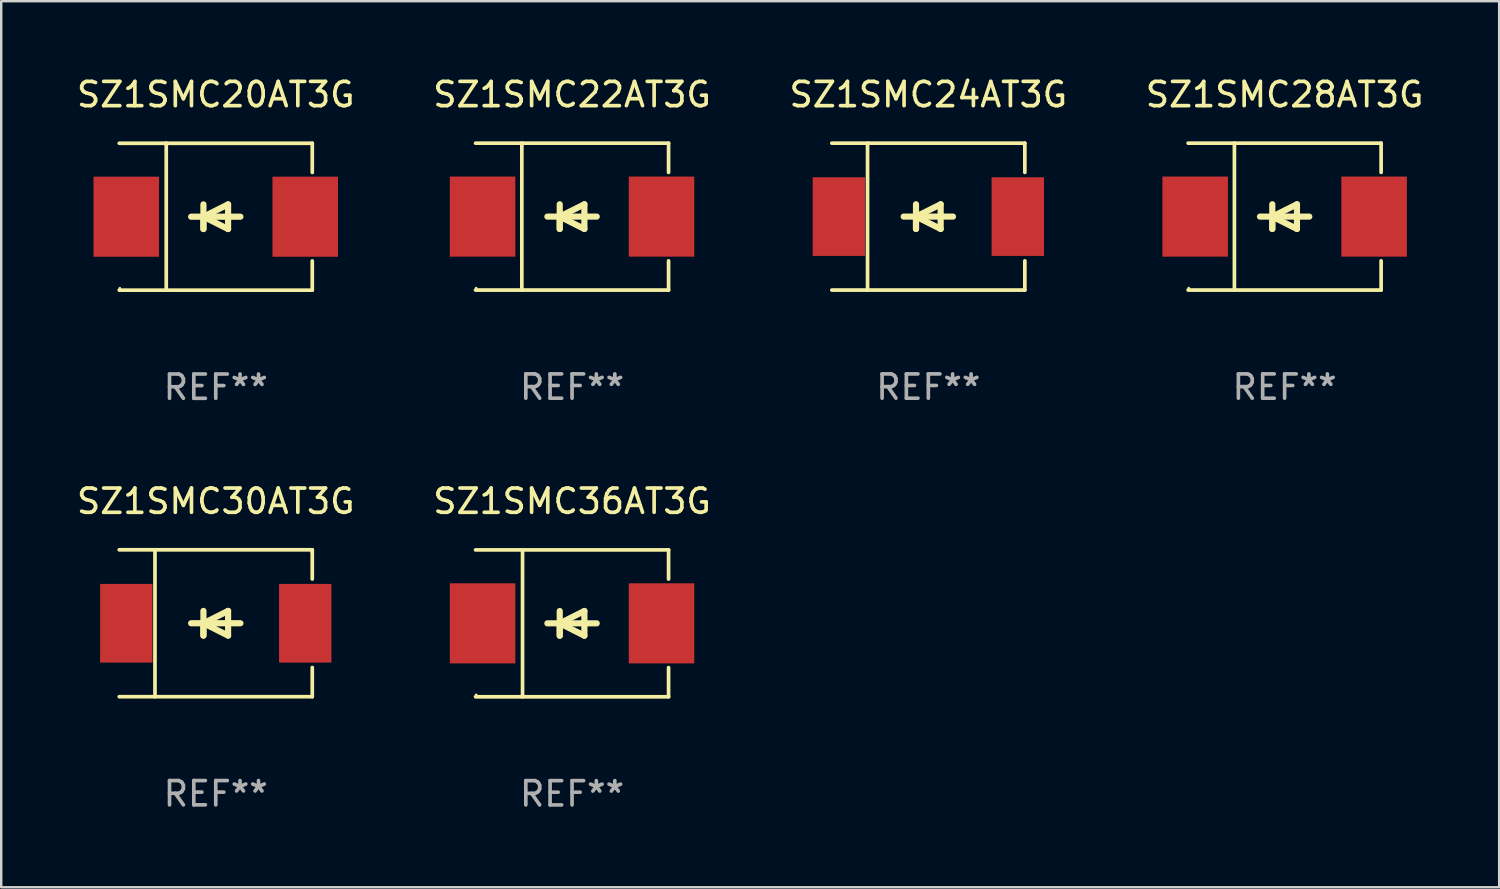
<source format=kicad_pcb>
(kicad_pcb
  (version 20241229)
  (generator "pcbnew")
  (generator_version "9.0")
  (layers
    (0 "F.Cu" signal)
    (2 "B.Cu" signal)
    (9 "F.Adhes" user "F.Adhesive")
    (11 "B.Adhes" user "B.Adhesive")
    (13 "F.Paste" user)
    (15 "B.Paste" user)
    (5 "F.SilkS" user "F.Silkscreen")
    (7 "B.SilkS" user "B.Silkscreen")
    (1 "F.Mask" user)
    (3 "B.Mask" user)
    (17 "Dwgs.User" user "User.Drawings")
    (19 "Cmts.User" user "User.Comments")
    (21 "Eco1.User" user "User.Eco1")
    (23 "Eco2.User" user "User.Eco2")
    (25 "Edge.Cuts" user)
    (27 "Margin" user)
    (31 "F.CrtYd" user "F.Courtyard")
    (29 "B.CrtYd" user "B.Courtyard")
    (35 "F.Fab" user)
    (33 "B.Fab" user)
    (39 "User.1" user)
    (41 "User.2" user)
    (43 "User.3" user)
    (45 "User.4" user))
  (footprint "SZ1SMC20AT3G"
    (layer "F.Cu")
    (at 5.839 5.876)
    (property "Reference" "SZ1SMC20AT3G" (at 0 -5.028 0) (layer "F.SilkS") (effects (font (size 1 1) (thickness 0.15))))
    (attr through_hole)
    (fp_line (start -3.976 -3.024) (end 3.976 -3.024) (stroke (width 0.152) (type solid)) (layer "F.SilkS"))
    (fp_line (start -3.976 3.028) (end 3.976 3.028) (stroke (width 0.152) (type solid)) (layer "F.SilkS"))
    (fp_line (start -2.04 -3.028) (end -2.04 3.024) (stroke (width 0.152) (type solid)) (layer "F.SilkS"))
    (fp_line (start -0.508 0.002) (end -0.508 0.51) (stroke (width 0.254) (type solid)) (layer "F.SilkS"))
    (fp_line (start -0.508 0.002) (end 0.508 0.51) (stroke (width 0.254) (type solid)) (layer "F.SilkS"))
    (fp_line (start -0.508 0.51) (end -0.508 -0.506) (stroke (width 0.254) (type solid)) (layer "F.SilkS"))
    (fp_line (start 0.508 -0.506) (end -0.508 0.002) (stroke (width 0.254) (type solid)) (layer "F.SilkS"))
    (fp_line (start 0.508 0.51) (end 0.508 -0.506) (stroke (width 0.254) (type solid)) (layer "F.SilkS"))
    (fp_line (start 1.016 0.002) (end -1.016 0.002) (stroke (width 0.254) (type solid)) (layer "F.SilkS"))
    (fp_line (start 3.976 -3.024) (end 3.976 -1.821) (stroke (width 0.152) (type solid)) (layer "F.SilkS"))
    (fp_line (start 3.976 3.028) (end 3.976 1.825) (stroke (width 0.152) (type solid)) (layer "F.SilkS"))
    (fp_circle (center -3.95 2.953) (end -3.92 2.953) (stroke (width 0.06) (type solid)) (fill no) (layer "F.SilkS"))
    (fp_text user "REF**" (at 0 7.028 0) (layer "F.Fab") (effects (font (size 1 1) (thickness 0.15))))
    (pad "1" smd rect (at -3.686 0.002) (size 2.7 3.3) (layers "F.Cu" "F.Mask" "F.Paste"))
    (pad "2" smd rect (at 3.686 0.002) (size 2.7 3.3) (layers "F.Cu" "F.Mask" "F.Paste")))
  (footprint "SZ1SMC36AT3G"
    (layer "F.Cu")
    (at 20.518 22.629)
    (property "Reference" "SZ1SMC36AT3G" (at 0 -5.028 0) (layer "F.SilkS") (effects (font (size 1 1) (thickness 0.15))))
    (attr through_hole)
    (fp_line (start -3.976 -3.024) (end 3.976 -3.024) (stroke (width 0.152) (type solid)) (layer "F.SilkS"))
    (fp_line (start -3.976 3.028) (end 3.976 3.028) (stroke (width 0.152) (type solid)) (layer "F.SilkS"))
    (fp_line (start -2.04 -3.028) (end -2.04 3.024) (stroke (width 0.152) (type solid)) (layer "F.SilkS"))
    (fp_line (start -0.508 0.002) (end -0.508 0.51) (stroke (width 0.254) (type solid)) (layer "F.SilkS"))
    (fp_line (start -0.508 0.002) (end 0.508 0.51) (stroke (width 0.254) (type solid)) (layer "F.SilkS"))
    (fp_line (start -0.508 0.51) (end -0.508 -0.506) (stroke (width 0.254) (type solid)) (layer "F.SilkS"))
    (fp_line (start 0.508 -0.506) (end -0.508 0.002) (stroke (width 0.254) (type solid)) (layer "F.SilkS"))
    (fp_line (start 0.508 0.51) (end 0.508 -0.506) (stroke (width 0.254) (type solid)) (layer "F.SilkS"))
    (fp_line (start 1.016 0.002) (end -1.016 0.002) (stroke (width 0.254) (type solid)) (layer "F.SilkS"))
    (fp_line (start 3.976 -3.024) (end 3.976 -1.821) (stroke (width 0.152) (type solid)) (layer "F.SilkS"))
    (fp_line (start 3.976 3.028) (end 3.976 1.825) (stroke (width 0.152) (type solid)) (layer "F.SilkS"))
    (fp_circle (center -3.95 2.953) (end -3.92 2.953) (stroke (width 0.06) (type solid)) (fill no) (layer "F.SilkS"))
    (fp_text user "REF**" (at 0 7.028 0) (layer "F.Fab") (effects (font (size 1 1) (thickness 0.15))))
    (pad "1" smd rect (at -3.686 0.002) (size 2.7 3.3) (layers "F.Cu" "F.Mask" "F.Paste"))
    (pad "2" smd rect (at 3.686 0.002) (size 2.7 3.3) (layers "F.Cu" "F.Mask" "F.Paste")))
  (footprint "SZ1SMC22AT3G"
    (layer "F.Cu")
    (at 20.518 5.874)
    (property "Reference" "SZ1SMC22AT3G" (at 0 -5.026 0) (layer "F.SilkS") (effects (font (size 1 1) (thickness 0.15))))
    (attr through_hole)
    (fp_line (start -3.976 -3.026) (end 3.976 -3.026) (stroke (width 0.152) (type solid)) (layer "F.SilkS"))
    (fp_line (start -3.976 3.026) (end 3.976 3.026) (stroke (width 0.152) (type solid)) (layer "F.SilkS"))
    (fp_line (start -2.069 -3.026) (end -2.069 3.026) (stroke (width 0.152) (type solid)) (layer "F.SilkS"))
    (fp_line (start -0.508 0) (end -0.508 0.508) (stroke (width 0.254) (type solid)) (layer "F.SilkS"))
    (fp_line (start -0.508 0) (end 0.508 0.508) (stroke (width 0.254) (type solid)) (layer "F.SilkS"))
    (fp_line (start -0.508 0.508) (end -0.508 -0.508) (stroke (width 0.254) (type solid)) (layer "F.SilkS"))
    (fp_line (start 0.508 -0.508) (end -0.508 0) (stroke (width 0.254) (type solid)) (layer "F.SilkS"))
    (fp_line (start 0.508 0.508) (end 0.508 -0.508) (stroke (width 0.254) (type solid)) (layer "F.SilkS"))
    (fp_line (start 1.016 0) (end -1.016 0) (stroke (width 0.254) (type solid)) (layer "F.SilkS"))
    (fp_line (start 3.976 -3.026) (end 3.976 -1.823) (stroke (width 0.152) (type solid)) (layer "F.SilkS"))
    (fp_line (start 3.976 3.026) (end 3.976 1.823) (stroke (width 0.152) (type solid)) (layer "F.SilkS"))
    (fp_circle (center -3.95 2.95) (end -3.92 2.95) (stroke (width 0.06) (type solid)) (fill no) (layer "F.SilkS"))
    (fp_text user "REF**" (at 0 7.026 0) (layer "F.Fab") (effects (font (size 1 1) (thickness 0.15))))
    (pad "1" smd rect (at -3.686 0) (size 2.7 3.3) (layers "F.Cu" "F.Mask" "F.Paste"))
    (pad "2" smd rect (at 3.686 0) (size 2.7 3.3) (layers "F.Cu" "F.Mask" "F.Paste")))
  (footprint "SZ1SMC28AT3G"
    (layer "F.Cu")
    (at 49.875 5.874)
    (property "Reference" "SZ1SMC28AT3G" (at 0 -5.026 0) (layer "F.SilkS") (effects (font (size 1 1) (thickness 0.15))))
    (attr through_hole)
    (fp_line (start -3.976 -3.026) (end 3.976 -3.026) (stroke (width 0.152) (type solid)) (layer "F.SilkS"))
    (fp_line (start -3.976 3.026) (end 3.976 3.026) (stroke (width 0.152) (type solid)) (layer "F.SilkS"))
    (fp_line (start -2.069 -3.026) (end -2.069 3.026) (stroke (width 0.152) (type solid)) (layer "F.SilkS"))
    (fp_line (start -0.508 0) (end -0.508 0.508) (stroke (width 0.254) (type solid)) (layer "F.SilkS"))
    (fp_line (start -0.508 0) (end 0.508 0.508) (stroke (width 0.254) (type solid)) (layer "F.SilkS"))
    (fp_line (start -0.508 0.508) (end -0.508 -0.508) (stroke (width 0.254) (type solid)) (layer "F.SilkS"))
    (fp_line (start 0.508 -0.508) (end -0.508 0) (stroke (width 0.254) (type solid)) (layer "F.SilkS"))
    (fp_line (start 0.508 0.508) (end 0.508 -0.508) (stroke (width 0.254) (type solid)) (layer "F.SilkS"))
    (fp_line (start 1.016 0) (end -1.016 0) (stroke (width 0.254) (type solid)) (layer "F.SilkS"))
    (fp_line (start 3.976 -3.026) (end 3.976 -1.823) (stroke (width 0.152) (type solid)) (layer "F.SilkS"))
    (fp_line (start 3.976 3.026) (end 3.976 1.823) (stroke (width 0.152) (type solid)) (layer "F.SilkS"))
    (fp_circle (center -3.95 2.95) (end -3.92 2.95) (stroke (width 0.06) (type solid)) (fill no) (layer "F.SilkS"))
    (fp_text user "REF**" (at 0 7.026 0) (layer "F.Fab") (effects (font (size 1 1) (thickness 0.15))))
    (pad "1" smd rect (at -3.686 0) (size 2.7 3.3) (layers "F.Cu" "F.Mask" "F.Paste"))
    (pad "2" smd rect (at 3.686 0) (size 2.7 3.3) (layers "F.Cu" "F.Mask" "F.Paste")))
  (footprint "SZ1SMC30AT3G"
    (layer "F.Cu")
    (at 5.839 22.627)
    (property "Reference" "SZ1SMC30AT3G" (at 0 -5.026 0) (layer "F.SilkS") (effects (font (size 1 1) (thickness 0.15))))
    (attr through_hole)
    (fp_line (start -3.976 -3.026) (end 3.976 -3.026) (stroke (width 0.152) (type solid)) (layer "F.SilkS"))
    (fp_line (start -3.976 3.026) (end 3.976 3.026) (stroke (width 0.152) (type solid)) (layer "F.SilkS"))
    (fp_line (start -2.504 -3.026) (end -2.504 3.026) (stroke (width 0.152) (type solid)) (layer "F.SilkS"))
    (fp_line (start -0.508 0) (end -0.508 0.508) (stroke (width 0.254) (type solid)) (layer "F.SilkS"))
    (fp_line (start -0.508 0) (end 0.508 0.508) (stroke (width 0.254) (type solid)) (layer "F.SilkS"))
    (fp_line (start -0.508 0.508) (end -0.508 -0.508) (stroke (width 0.254) (type solid)) (layer "F.SilkS"))
    (fp_line (start 0.508 -0.508) (end -0.508 0) (stroke (width 0.254) (type solid)) (layer "F.SilkS"))
    (fp_line (start 0.508 0.508) (end 0.508 -0.508) (stroke (width 0.254) (type solid)) (layer "F.SilkS"))
    (fp_line (start 1.016 0) (end -1.016 0) (stroke (width 0.254) (type solid)) (layer "F.SilkS"))
    (fp_line (start 3.976 -3.026) (end 3.976 -1.823) (stroke (width 0.152) (type solid)) (layer "F.SilkS"))
    (fp_line (start 3.976 3.026) (end 3.976 1.823) (stroke (width 0.152) (type solid)) (layer "F.SilkS"))
    (fp_circle (center 3.95 -2.95) (end 3.98 -2.95) (stroke (width 0.06) (type solid)) (fill no) (layer "F.SilkS"))
    (fp_text user "REF**" (at 0 7.026 0) (layer "F.Fab") (effects (font (size 1 1) (thickness 0.15))))
    (pad "1" smd rect (at 3.686 0 180) (size 2.158 3.24) (layers "F.Cu" "F.Mask" "F.Paste"))
    (pad "2" smd rect (at -3.686 0 180) (size 2.158 3.24) (layers "F.Cu" "F.Mask" "F.Paste")))
  (footprint "SZ1SMC24AT3G"
    (layer "F.Cu")
    (at 35.196 5.874)
    (property "Reference" "SZ1SMC24AT3G" (at 0 -5.026 0) (layer "F.SilkS") (effects (font (size 1 1) (thickness 0.15))))
    (attr through_hole)
    (fp_line (start -3.976 -3.026) (end 3.976 -3.026) (stroke (width 0.152) (type solid)) (layer "F.SilkS"))
    (fp_line (start -3.976 3.026) (end 3.976 3.026) (stroke (width 0.152) (type solid)) (layer "F.SilkS"))
    (fp_line (start -2.504 -3.026) (end -2.504 3.026) (stroke (width 0.152) (type solid)) (layer "F.SilkS"))
    (fp_line (start -0.508 0) (end -0.508 0.508) (stroke (width 0.254) (type solid)) (layer "F.SilkS"))
    (fp_line (start -0.508 0) (end 0.508 0.508) (stroke (width 0.254) (type solid)) (layer "F.SilkS"))
    (fp_line (start -0.508 0.508) (end -0.508 -0.508) (stroke (width 0.254) (type solid)) (layer "F.SilkS"))
    (fp_line (start 0.508 -0.508) (end -0.508 0) (stroke (width 0.254) (type solid)) (layer "F.SilkS"))
    (fp_line (start 0.508 0.508) (end 0.508 -0.508) (stroke (width 0.254) (type solid)) (layer "F.SilkS"))
    (fp_line (start 1.016 0) (end -1.016 0) (stroke (width 0.254) (type solid)) (layer "F.SilkS"))
    (fp_line (start 3.976 -3.026) (end 3.976 -1.823) (stroke (width 0.152) (type solid)) (layer "F.SilkS"))
    (fp_line (start 3.976 3.026) (end 3.976 1.823) (stroke (width 0.152) (type solid)) (layer "F.SilkS"))
    (fp_circle (center 3.95 -2.95) (end 3.98 -2.95) (stroke (width 0.06) (type solid)) (fill no) (layer "F.SilkS"))
    (fp_text user "REF**" (at 0 7.026 0) (layer "F.Fab") (effects (font (size 1 1) (thickness 0.15))))
    (pad "1" smd rect (at 3.686 0 180) (size 2.158 3.24) (layers "F.Cu" "F.Mask" "F.Paste"))
    (pad "2" smd rect (at -3.686 0 180) (size 2.158 3.24) (layers "F.Cu" "F.Mask" "F.Paste")))
  (gr_rect
    (start -3 -3)
    (end 58.714 33.505)
    (stroke (width 0.1) (type default))
    (fill no)
    (layer "Edge.Cuts")))
</source>
